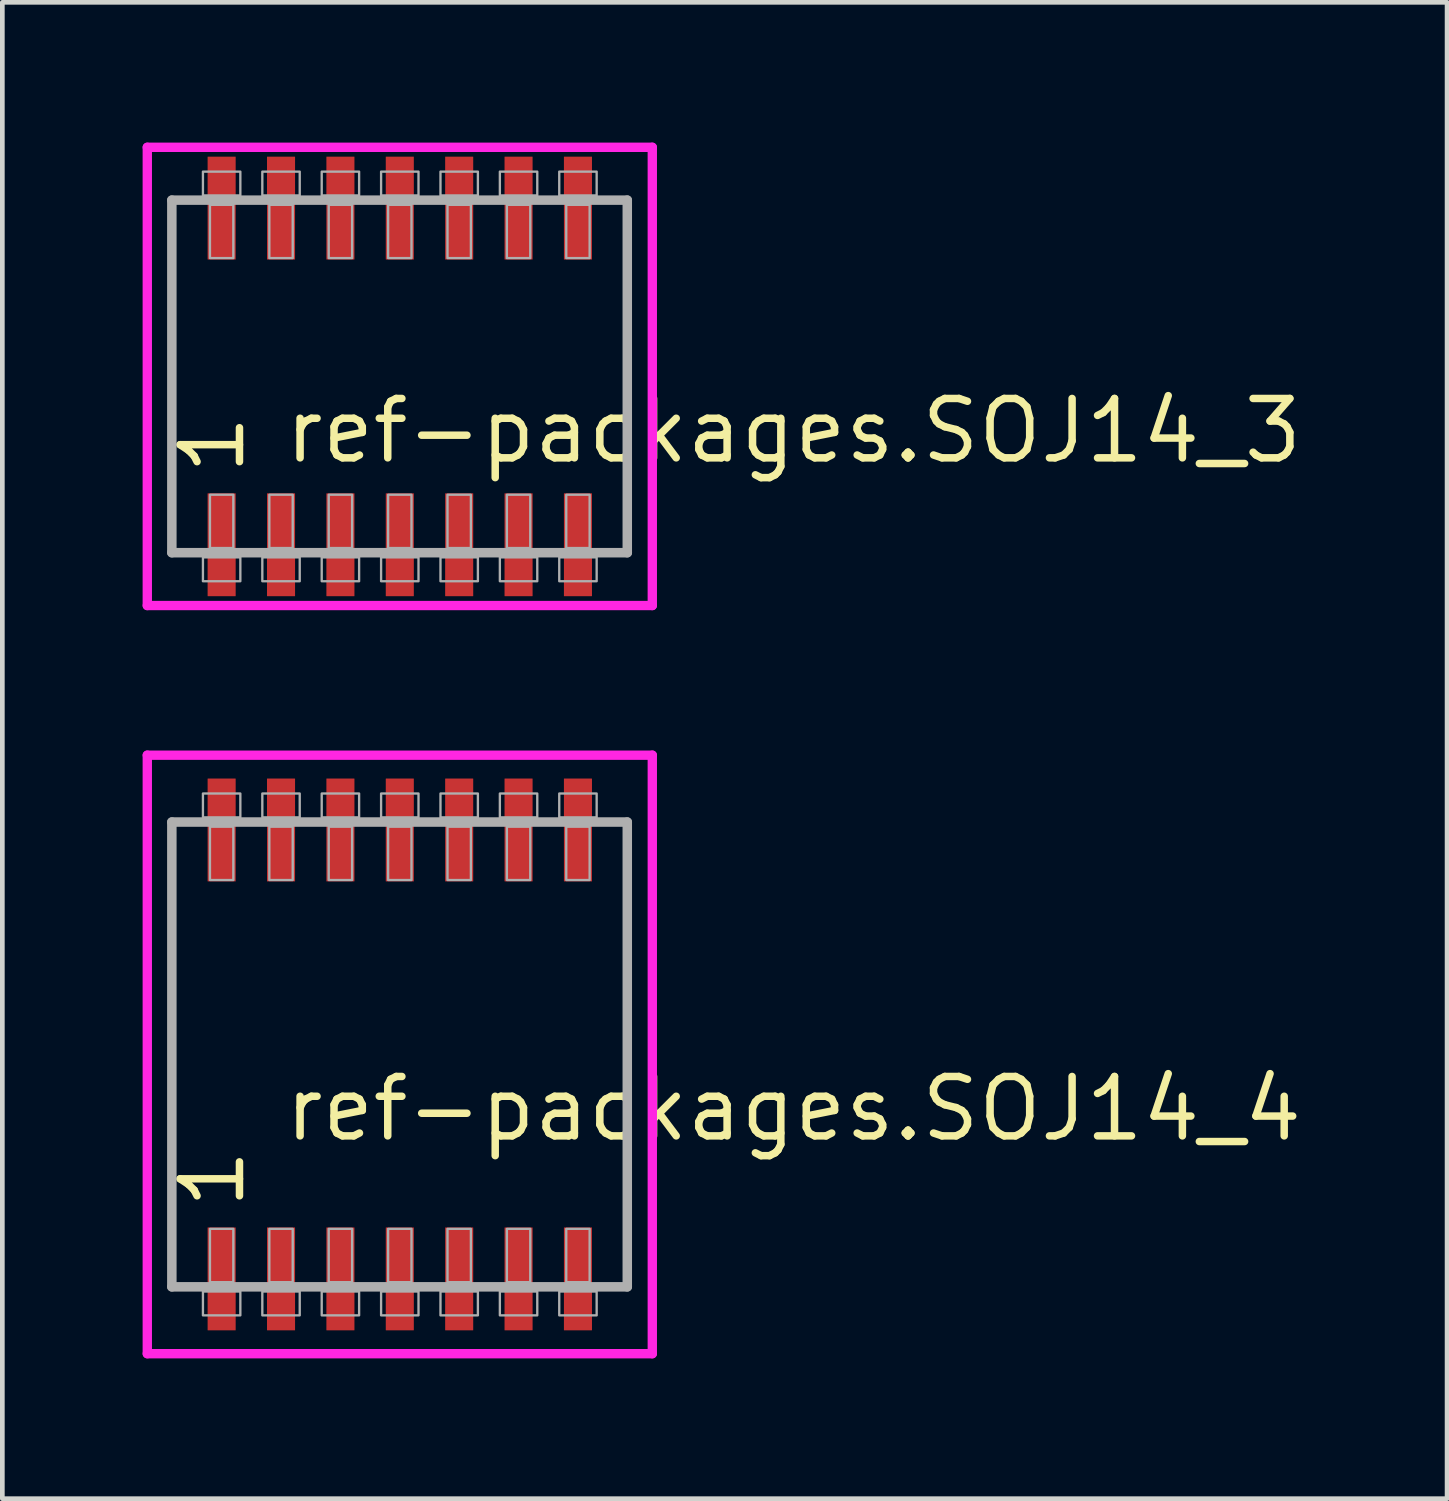
<source format=kicad_pcb>
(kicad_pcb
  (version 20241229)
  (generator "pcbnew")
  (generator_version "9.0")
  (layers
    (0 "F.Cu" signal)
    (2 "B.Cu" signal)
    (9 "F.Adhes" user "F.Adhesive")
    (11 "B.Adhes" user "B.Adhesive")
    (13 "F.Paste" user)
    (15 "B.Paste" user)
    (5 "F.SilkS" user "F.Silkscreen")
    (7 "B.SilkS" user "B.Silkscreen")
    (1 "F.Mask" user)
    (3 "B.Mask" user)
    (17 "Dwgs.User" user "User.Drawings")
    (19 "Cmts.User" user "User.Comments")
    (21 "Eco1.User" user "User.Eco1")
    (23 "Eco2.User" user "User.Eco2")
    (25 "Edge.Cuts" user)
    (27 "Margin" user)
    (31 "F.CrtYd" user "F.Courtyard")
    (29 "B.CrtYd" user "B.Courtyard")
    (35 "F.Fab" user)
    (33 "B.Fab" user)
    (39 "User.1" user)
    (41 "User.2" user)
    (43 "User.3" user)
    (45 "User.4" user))
  (footprint "ref-packages.SOJ14_3"
    (layer "F.Cu")
    (at 5.5 5)
    (property "Reference" "ref-packages.SOJ14_3" (at -2.54 1.905 0) (layer "F.SilkS") (effects (font (size 1.27 1.27) (thickness 0.16)) (justify left bottom)))
    (attr smd)
    (fp_line (start -5.4 -4.9) (end 5.4 -4.9) (stroke (width 0.2) (type default)) (layer "F.CrtYd"))
    (fp_line (start -5.4 4.9) (end -5.4 -4.9) (stroke (width 0.2) (type default)) (layer "F.CrtYd"))
    (fp_line (start 5.4 -4.9) (end 5.4 4.9) (stroke (width 0.2) (type default)) (layer "F.CrtYd"))
    (fp_line (start 5.4 4.9) (end -5.4 4.9) (stroke (width 0.2) (type default)) (layer "F.CrtYd"))
    (fp_line (start -4.875 -3.77) (end 4.865 -3.77) (stroke (width 0.203) (type default)) (layer "F.Fab"))
    (fp_line (start -4.875 3.77) (end -4.875 -3.77) (stroke (width 0.203) (type default)) (layer "F.Fab"))
    (fp_line (start 4.865 -3.77) (end 4.865 3.77) (stroke (width 0.203) (type default)) (layer "F.Fab"))
    (fp_line (start 4.865 3.77) (end -4.875 3.77) (stroke (width 0.203) (type default)) (layer "F.Fab"))
    (fp_rect (start -4.21 -3.87) (end -3.41 -4.38) (stroke (width 0.05) (type default)) (fill no) (layer "F.Fab"))
    (fp_rect (start -4.21 4.38) (end -3.41 3.87) (stroke (width 0.05) (type default)) (fill no) (layer "F.Fab"))
    (fp_rect (start -4.06 -2.53) (end -3.56 -3.67) (stroke (width 0.05) (type default)) (fill no) (layer "F.Fab"))
    (fp_rect (start -4.06 3.67) (end -3.56 2.53) (stroke (width 0.05) (type default)) (fill no) (layer "F.Fab"))
    (fp_rect (start -2.94 -3.87) (end -2.14 -4.38) (stroke (width 0.05) (type default)) (fill no) (layer "F.Fab"))
    (fp_rect (start -2.94 4.38) (end -2.14 3.87) (stroke (width 0.05) (type default)) (fill no) (layer "F.Fab"))
    (fp_rect (start -2.79 -2.53) (end -2.29 -3.67) (stroke (width 0.05) (type default)) (fill no) (layer "F.Fab"))
    (fp_rect (start -2.79 3.67) (end -2.29 2.53) (stroke (width 0.05) (type default)) (fill no) (layer "F.Fab"))
    (fp_rect (start -1.67 -3.87) (end -0.87 -4.38) (stroke (width 0.05) (type default)) (fill no) (layer "F.Fab"))
    (fp_rect (start -1.67 4.38) (end -0.87 3.87) (stroke (width 0.05) (type default)) (fill no) (layer "F.Fab"))
    (fp_rect (start -1.52 -2.53) (end -1.02 -3.67) (stroke (width 0.05) (type default)) (fill no) (layer "F.Fab"))
    (fp_rect (start -1.52 3.67) (end -1.02 2.53) (stroke (width 0.05) (type default)) (fill no) (layer "F.Fab"))
    (fp_rect (start -0.4 -3.87) (end 0.4 -4.38) (stroke (width 0.05) (type default)) (fill no) (layer "F.Fab"))
    (fp_rect (start -0.4 4.38) (end 0.4 3.87) (stroke (width 0.05) (type default)) (fill no) (layer "F.Fab"))
    (fp_rect (start -0.25 -2.53) (end 0.25 -3.67) (stroke (width 0.05) (type default)) (fill no) (layer "F.Fab"))
    (fp_rect (start -0.25 3.67) (end 0.25 2.53) (stroke (width 0.05) (type default)) (fill no) (layer "F.Fab"))
    (fp_rect (start 0.87 -3.87) (end 1.67 -4.38) (stroke (width 0.05) (type default)) (fill no) (layer "F.Fab"))
    (fp_rect (start 0.87 4.38) (end 1.67 3.87) (stroke (width 0.05) (type default)) (fill no) (layer "F.Fab"))
    (fp_rect (start 1.02 -2.53) (end 1.52 -3.67) (stroke (width 0.05) (type default)) (fill no) (layer "F.Fab"))
    (fp_rect (start 1.02 3.67) (end 1.52 2.53) (stroke (width 0.05) (type default)) (fill no) (layer "F.Fab"))
    (fp_rect (start 2.14 -3.87) (end 2.94 -4.38) (stroke (width 0.05) (type default)) (fill no) (layer "F.Fab"))
    (fp_rect (start 2.14 4.38) (end 2.94 3.87) (stroke (width 0.05) (type default)) (fill no) (layer "F.Fab"))
    (fp_rect (start 2.29 -2.53) (end 2.79 -3.67) (stroke (width 0.05) (type default)) (fill no) (layer "F.Fab"))
    (fp_rect (start 2.29 3.67) (end 2.79 2.53) (stroke (width 0.05) (type default)) (fill no) (layer "F.Fab"))
    (fp_rect (start 3.41 -3.87) (end 4.21 -4.38) (stroke (width 0.05) (type default)) (fill no) (layer "F.Fab"))
    (fp_rect (start 3.41 4.38) (end 4.21 3.87) (stroke (width 0.05) (type default)) (fill no) (layer "F.Fab"))
    (fp_rect (start 3.56 -2.53) (end 4.06 -3.67) (stroke (width 0.05) (type default)) (fill no) (layer "F.Fab"))
    (fp_rect (start 3.56 3.67) (end 4.06 2.53) (stroke (width 0.05) (type default)) (fill no) (layer "F.Fab"))
    (fp_text user "1" (at -3.265 2.17 90) (layer "F.SilkS") (effects (font (size 1.27 1.27) (thickness 0.16)) (justify left bottom)))
    (pad "1" smd roundrect (at -3.81 3.6) (size 0.6 2.2) (layers "F.Cu" "F.Mask" "F.Paste") (roundrect_rratio 0.01))
    (pad "2" smd roundrect (at -2.54 3.6) (size 0.6 2.2) (layers "F.Cu" "F.Mask" "F.Paste") (roundrect_rratio 0.01))
    (pad "3" smd roundrect (at -1.27 3.6) (size 0.6 2.2) (layers "F.Cu" "F.Mask" "F.Paste") (roundrect_rratio 0.01))
    (pad "4" smd roundrect (at 0 3.6) (size 0.6 2.2) (layers "F.Cu" "F.Mask" "F.Paste") (roundrect_rratio 0.01))
    (pad "5" smd roundrect (at 1.27 3.6) (size 0.6 2.2) (layers "F.Cu" "F.Mask" "F.Paste") (roundrect_rratio 0.01))
    (pad "6" smd roundrect (at 2.54 3.6) (size 0.6 2.2) (layers "F.Cu" "F.Mask" "F.Paste") (roundrect_rratio 0.01))
    (pad "7" smd roundrect (at 3.81 3.6) (size 0.6 2.2) (layers "F.Cu" "F.Mask" "F.Paste") (roundrect_rratio 0.01))
    (pad "8" smd roundrect (at 3.81 -3.6) (size 0.6 2.2) (layers "F.Cu" "F.Mask" "F.Paste") (roundrect_rratio 0.01))
    (pad "9" smd roundrect (at 2.54 -3.6) (size 0.6 2.2) (layers "F.Cu" "F.Mask" "F.Paste") (roundrect_rratio 0.01))
    (pad "10" smd roundrect (at 1.27 -3.6) (size 0.6 2.2) (layers "F.Cu" "F.Mask" "F.Paste") (roundrect_rratio 0.01))
    (pad "11" smd roundrect (at 0 -3.6) (size 0.6 2.2) (layers "F.Cu" "F.Mask" "F.Paste") (roundrect_rratio 0.01))
    (pad "12" smd roundrect (at -1.27 -3.6) (size 0.6 2.2) (layers "F.Cu" "F.Mask" "F.Paste") (roundrect_rratio 0.01))
    (pad "13" smd roundrect (at -2.54 -3.6) (size 0.6 2.2) (layers "F.Cu" "F.Mask" "F.Paste") (roundrect_rratio 0.01))
    (pad "14" smd roundrect (at -3.81 -3.6) (size 0.6 2.2) (layers "F.Cu" "F.Mask" "F.Paste") (roundrect_rratio 0.01)))
  (footprint "ref-packages.SOJ14_4"
    (layer "F.Cu")
    (at 5.5 19.5)
    (property "Reference" "ref-packages.SOJ14_4" (at -2.54 1.905 0) (layer "F.SilkS") (effects (font (size 1.27 1.27) (thickness 0.16)) (justify left bottom)))
    (attr smd)
    (fp_line (start -5.4 -6.4) (end 5.4 -6.4) (stroke (width 0.2) (type default)) (layer "F.CrtYd"))
    (fp_line (start -5.4 6.4) (end -5.4 -6.4) (stroke (width 0.2) (type default)) (layer "F.CrtYd"))
    (fp_line (start 5.4 -6.4) (end 5.4 6.4) (stroke (width 0.2) (type default)) (layer "F.CrtYd"))
    (fp_line (start 5.4 6.4) (end -5.4 6.4) (stroke (width 0.2) (type default)) (layer "F.CrtYd"))
    (fp_line (start -4.875 -4.97) (end 4.865 -4.97) (stroke (width 0.203) (type default)) (layer "F.Fab"))
    (fp_line (start -4.875 4.97) (end -4.875 -4.97) (stroke (width 0.203) (type default)) (layer "F.Fab"))
    (fp_line (start 4.865 -4.97) (end 4.865 4.97) (stroke (width 0.203) (type default)) (layer "F.Fab"))
    (fp_line (start 4.865 4.97) (end -4.875 4.97) (stroke (width 0.203) (type default)) (layer "F.Fab"))
    (fp_rect (start -4.21 -5.07) (end -3.41 -5.58) (stroke (width 0.05) (type default)) (fill no) (layer "F.Fab"))
    (fp_rect (start -4.21 5.58) (end -3.41 5.07) (stroke (width 0.05) (type default)) (fill no) (layer "F.Fab"))
    (fp_rect (start -4.06 -3.73) (end -3.56 -4.87) (stroke (width 0.05) (type default)) (fill no) (layer "F.Fab"))
    (fp_rect (start -4.06 4.87) (end -3.56 3.73) (stroke (width 0.05) (type default)) (fill no) (layer "F.Fab"))
    (fp_rect (start -2.94 -5.07) (end -2.14 -5.58) (stroke (width 0.05) (type default)) (fill no) (layer "F.Fab"))
    (fp_rect (start -2.94 5.58) (end -2.14 5.07) (stroke (width 0.05) (type default)) (fill no) (layer "F.Fab"))
    (fp_rect (start -2.79 -3.73) (end -2.29 -4.87) (stroke (width 0.05) (type default)) (fill no) (layer "F.Fab"))
    (fp_rect (start -2.79 4.87) (end -2.29 3.73) (stroke (width 0.05) (type default)) (fill no) (layer "F.Fab"))
    (fp_rect (start -1.67 -5.07) (end -0.87 -5.58) (stroke (width 0.05) (type default)) (fill no) (layer "F.Fab"))
    (fp_rect (start -1.67 5.58) (end -0.87 5.07) (stroke (width 0.05) (type default)) (fill no) (layer "F.Fab"))
    (fp_rect (start -1.52 -3.73) (end -1.02 -4.87) (stroke (width 0.05) (type default)) (fill no) (layer "F.Fab"))
    (fp_rect (start -1.52 4.87) (end -1.02 3.73) (stroke (width 0.05) (type default)) (fill no) (layer "F.Fab"))
    (fp_rect (start -0.4 -5.07) (end 0.4 -5.58) (stroke (width 0.05) (type default)) (fill no) (layer "F.Fab"))
    (fp_rect (start -0.4 5.58) (end 0.4 5.07) (stroke (width 0.05) (type default)) (fill no) (layer "F.Fab"))
    (fp_rect (start -0.25 -3.73) (end 0.25 -4.87) (stroke (width 0.05) (type default)) (fill no) (layer "F.Fab"))
    (fp_rect (start -0.25 4.87) (end 0.25 3.73) (stroke (width 0.05) (type default)) (fill no) (layer "F.Fab"))
    (fp_rect (start 0.87 -5.07) (end 1.67 -5.58) (stroke (width 0.05) (type default)) (fill no) (layer "F.Fab"))
    (fp_rect (start 0.87 5.58) (end 1.67 5.07) (stroke (width 0.05) (type default)) (fill no) (layer "F.Fab"))
    (fp_rect (start 1.02 -3.73) (end 1.52 -4.87) (stroke (width 0.05) (type default)) (fill no) (layer "F.Fab"))
    (fp_rect (start 1.02 4.87) (end 1.52 3.73) (stroke (width 0.05) (type default)) (fill no) (layer "F.Fab"))
    (fp_rect (start 2.14 -5.07) (end 2.94 -5.58) (stroke (width 0.05) (type default)) (fill no) (layer "F.Fab"))
    (fp_rect (start 2.14 5.58) (end 2.94 5.07) (stroke (width 0.05) (type default)) (fill no) (layer "F.Fab"))
    (fp_rect (start 2.29 -3.73) (end 2.79 -4.87) (stroke (width 0.05) (type default)) (fill no) (layer "F.Fab"))
    (fp_rect (start 2.29 4.87) (end 2.79 3.73) (stroke (width 0.05) (type default)) (fill no) (layer "F.Fab"))
    (fp_rect (start 3.41 -5.07) (end 4.21 -5.58) (stroke (width 0.05) (type default)) (fill no) (layer "F.Fab"))
    (fp_rect (start 3.41 5.58) (end 4.21 5.07) (stroke (width 0.05) (type default)) (fill no) (layer "F.Fab"))
    (fp_rect (start 3.56 -3.73) (end 4.06 -4.87) (stroke (width 0.05) (type default)) (fill no) (layer "F.Fab"))
    (fp_rect (start 3.56 4.87) (end 4.06 3.73) (stroke (width 0.05) (type default)) (fill no) (layer "F.Fab"))
    (fp_text user "1" (at -3.265 3.37 90) (layer "F.SilkS") (effects (font (size 1.27 1.27) (thickness 0.16)) (justify left bottom)))
    (pad "1" smd roundrect (at -3.81 4.8) (size 0.6 2.2) (layers "F.Cu" "F.Mask" "F.Paste") (roundrect_rratio 0.01))
    (pad "2" smd roundrect (at -2.54 4.8) (size 0.6 2.2) (layers "F.Cu" "F.Mask" "F.Paste") (roundrect_rratio 0.01))
    (pad "3" smd roundrect (at -1.27 4.8) (size 0.6 2.2) (layers "F.Cu" "F.Mask" "F.Paste") (roundrect_rratio 0.01))
    (pad "4" smd roundrect (at 0 4.8) (size 0.6 2.2) (layers "F.Cu" "F.Mask" "F.Paste") (roundrect_rratio 0.01))
    (pad "5" smd roundrect (at 1.27 4.8) (size 0.6 2.2) (layers "F.Cu" "F.Mask" "F.Paste") (roundrect_rratio 0.01))
    (pad "6" smd roundrect (at 2.54 4.8) (size 0.6 2.2) (layers "F.Cu" "F.Mask" "F.Paste") (roundrect_rratio 0.01))
    (pad "7" smd roundrect (at 3.81 4.8) (size 0.6 2.2) (layers "F.Cu" "F.Mask" "F.Paste") (roundrect_rratio 0.01))
    (pad "8" smd roundrect (at 3.81 -4.8) (size 0.6 2.2) (layers "F.Cu" "F.Mask" "F.Paste") (roundrect_rratio 0.01))
    (pad "9" smd roundrect (at 2.54 -4.8) (size 0.6 2.2) (layers "F.Cu" "F.Mask" "F.Paste") (roundrect_rratio 0.01))
    (pad "10" smd roundrect (at 1.27 -4.8) (size 0.6 2.2) (layers "F.Cu" "F.Mask" "F.Paste") (roundrect_rratio 0.01))
    (pad "11" smd roundrect (at 0 -4.8) (size 0.6 2.2) (layers "F.Cu" "F.Mask" "F.Paste") (roundrect_rratio 0.01))
    (pad "12" smd roundrect (at -1.27 -4.8) (size 0.6 2.2) (layers "F.Cu" "F.Mask" "F.Paste") (roundrect_rratio 0.01))
    (pad "13" smd roundrect (at -2.54 -4.8) (size 0.6 2.2) (layers "F.Cu" "F.Mask" "F.Paste") (roundrect_rratio 0.01))
    (pad "14" smd roundrect (at -3.81 -4.8) (size 0.6 2.2) (layers "F.Cu" "F.Mask" "F.Paste") (roundrect_rratio 0.01)))
  (gr_rect
    (start -3 -3)
    (end 27.897 29)
    (stroke (width 0.1) (type default))
    (fill no)
    (layer "Edge.Cuts")))
</source>
